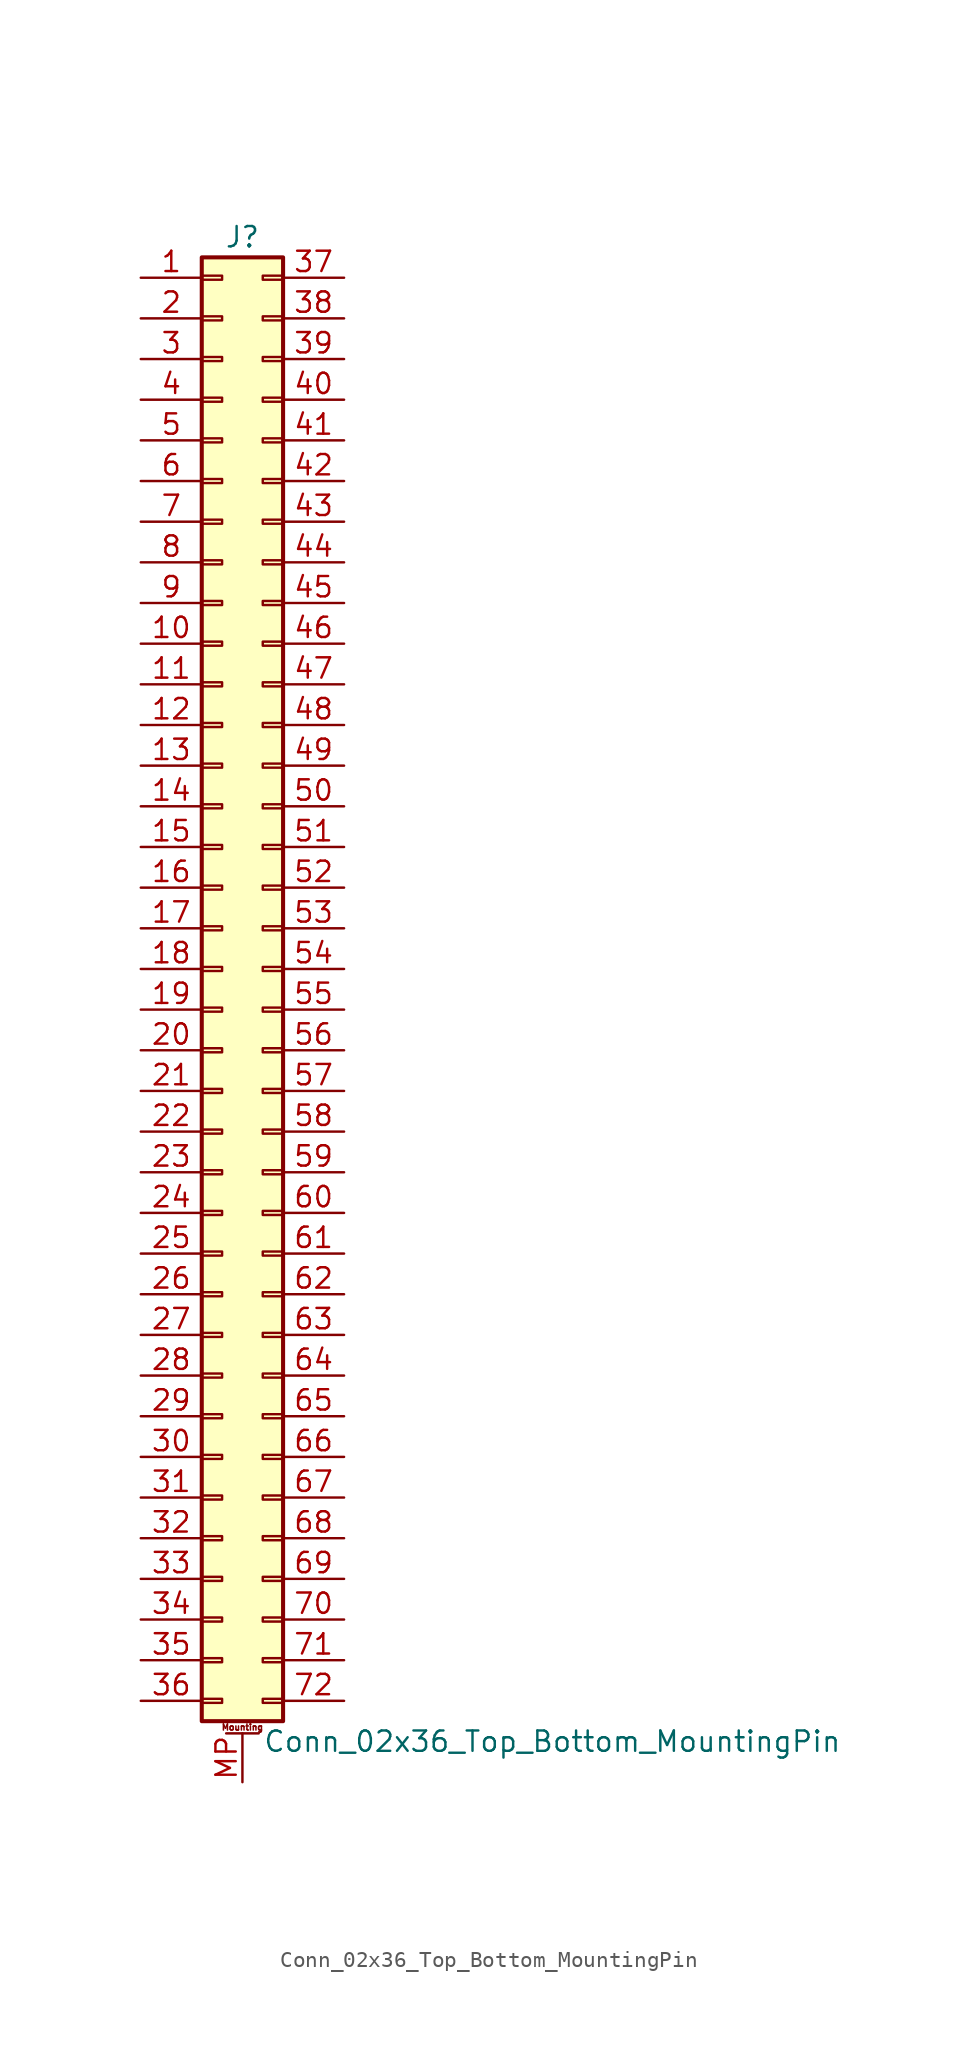
<source format=kicad_sym>
(kicad_symbol_lib
  (version 20201005)
  (generator kicad_symbol_editor)
  (symbol "Connector_Generic_MountingPin:Conn_02x36_Top_Bottom_MountingPin"
    (pin_names
      (offset 1.016) hide)
    (property "Reference" "J"
      (at 1.27 45.72 0)
      (effects (font (size 1.27 1.27))))
    (property "Value" "Conn_02x36_Top_Bottom_MountingPin"
      (at 2.54 -48.26 0)
      (effects (font (size 1.27 1.27)) (justify left)))
    (symbol "Conn_02x36_Top_Bottom_MountingPin_1_1"
      (text "Mounting" (at 1.27 -47.371 0) (effects (font (size 0.381 0.381))))
      (rectangle (start -1.27 -27.813) (end 0 -28.067) (stroke (width 0.152)) (fill (type none)))
      (rectangle (start -1.27 -30.353) (end 0 -30.607) (stroke (width 0.152)) (fill (type none)))
      (rectangle (start -1.27 -32.893) (end 0 -33.147) (stroke (width 0.152)) (fill (type none)))
      (rectangle (start -1.27 -35.433) (end 0 -35.687) (stroke (width 0.152)) (fill (type none)))
      (rectangle (start -1.27 -37.973) (end 0 -38.227) (stroke (width 0.152)) (fill (type none)))
      (rectangle (start -1.27 -40.513) (end 0 -40.767) (stroke (width 0.152)) (fill (type none)))
      (rectangle (start -1.27 -43.053) (end 0 -43.307) (stroke (width 0.152)) (fill (type none)))
      (rectangle (start -1.27 -45.593) (end 0 -45.847) (stroke (width 0.152)) (fill (type none)))
      (rectangle (start -1.27 -4.953) (end 0 -5.207) (stroke (width 0.152)) (fill (type none)))
      (rectangle (start -1.27 -7.493) (end 0 -7.747) (stroke (width 0.152)) (fill (type none)))
      (rectangle (start -1.27 -10.033) (end 0 -10.287) (stroke (width 0.152)) (fill (type none)))
      (rectangle (start -1.27 -12.573) (end 0 -12.827) (stroke (width 0.152)) (fill (type none)))
      (rectangle (start -1.27 -15.113) (end 0 -15.367) (stroke (width 0.152)) (fill (type none)))
      (rectangle (start -1.27 -17.653) (end 0 -17.907) (stroke (width 0.152)) (fill (type none)))
      (rectangle (start -1.27 -20.193) (end 0 -20.447) (stroke (width 0.152)) (fill (type none)))
      (rectangle (start -1.27 -22.733) (end 0 -22.987) (stroke (width 0.152)) (fill (type none)))
      (rectangle (start -1.27 -2.413) (end 0 -2.667) (stroke (width 0.152)) (fill (type none)))
      (rectangle (start -1.27 -25.273) (end 0 -25.527) (stroke (width 0.152)) (fill (type none)))
      (rectangle (start -1.27 25.527) (end 0 25.273) (stroke (width 0.152)) (fill (type none)))
      (rectangle (start -1.27 2.667) (end 0 2.413) (stroke (width 0.152)) (fill (type none)))
      (rectangle (start -1.27 28.067) (end 0 27.813) (stroke (width 0.152)) (fill (type none)))
      (rectangle (start -1.27 30.607) (end 0 30.353) (stroke (width 0.152)) (fill (type none)))
      (rectangle (start -1.27 33.147) (end 0 32.893) (stroke (width 0.152)) (fill (type none)))
      (rectangle (start -1.27 35.687) (end 0 35.433) (stroke (width 0.152)) (fill (type none)))
      (rectangle (start -1.27 38.227) (end 0 37.973) (stroke (width 0.152)) (fill (type none)))
      (rectangle (start -1.27 40.767) (end 0 40.513) (stroke (width 0.152)) (fill (type none)))
      (rectangle (start -1.27 43.307) (end 0 43.053) (stroke (width 0.152)) (fill (type none)))
      (rectangle (start -1.27 44.45) (end 3.81 -46.99) (stroke (width 0.254)) (fill (type background)))
      (rectangle (start -1.27 5.207) (end 0 4.953) (stroke (width 0.152)) (fill (type none)))
      (rectangle (start -1.27 7.747) (end 0 7.493) (stroke (width 0.152)) (fill (type none)))
      (rectangle (start -1.27 10.287) (end 0 10.033) (stroke (width 0.152)) (fill (type none)))
      (rectangle (start -1.27 0.127) (end 0 -0.127) (stroke (width 0.152)) (fill (type none)))
      (rectangle (start -1.27 12.827) (end 0 12.573) (stroke (width 0.152)) (fill (type none)))
      (rectangle (start -1.27 15.367) (end 0 15.113) (stroke (width 0.152)) (fill (type none)))
      (rectangle (start -1.27 17.907) (end 0 17.653) (stroke (width 0.152)) (fill (type none)))
      (rectangle (start -1.27 20.447) (end 0 20.193) (stroke (width 0.152)) (fill (type none)))
      (rectangle (start -1.27 22.987) (end 0 22.733) (stroke (width 0.152)) (fill (type none)))
      (rectangle (start 3.81 -27.813) (end 2.54 -28.067) (stroke (width 0.152)) (fill (type none)))
      (rectangle (start 3.81 -30.353) (end 2.54 -30.607) (stroke (width 0.152)) (fill (type none)))
      (rectangle (start 3.81 -32.893) (end 2.54 -33.147) (stroke (width 0.152)) (fill (type none)))
      (rectangle (start 3.81 -35.433) (end 2.54 -35.687) (stroke (width 0.152)) (fill (type none)))
      (rectangle (start 3.81 -37.973) (end 2.54 -38.227) (stroke (width 0.152)) (fill (type none)))
      (rectangle (start 3.81 -40.513) (end 2.54 -40.767) (stroke (width 0.152)) (fill (type none)))
      (rectangle (start 3.81 -43.053) (end 2.54 -43.307) (stroke (width 0.152)) (fill (type none)))
      (rectangle (start 3.81 -45.593) (end 2.54 -45.847) (stroke (width 0.152)) (fill (type none)))
      (rectangle (start 3.81 -4.953) (end 2.54 -5.207) (stroke (width 0.152)) (fill (type none)))
      (rectangle (start 3.81 -7.493) (end 2.54 -7.747) (stroke (width 0.152)) (fill (type none)))
      (rectangle (start 3.81 -10.033) (end 2.54 -10.287) (stroke (width 0.152)) (fill (type none)))
      (rectangle (start 3.81 -12.573) (end 2.54 -12.827) (stroke (width 0.152)) (fill (type none)))
      (rectangle (start 3.81 -15.113) (end 2.54 -15.367) (stroke (width 0.152)) (fill (type none)))
      (rectangle (start 3.81 -17.653) (end 2.54 -17.907) (stroke (width 0.152)) (fill (type none)))
      (rectangle (start 3.81 -20.193) (end 2.54 -20.447) (stroke (width 0.152)) (fill (type none)))
      (rectangle (start 3.81 -22.733) (end 2.54 -22.987) (stroke (width 0.152)) (fill (type none)))
      (rectangle (start 3.81 -2.413) (end 2.54 -2.667) (stroke (width 0.152)) (fill (type none)))
      (rectangle (start 3.81 -25.273) (end 2.54 -25.527) (stroke (width 0.152)) (fill (type none)))
      (rectangle (start 3.81 25.527) (end 2.54 25.273) (stroke (width 0.152)) (fill (type none)))
      (rectangle (start 3.81 2.667) (end 2.54 2.413) (stroke (width 0.152)) (fill (type none)))
      (rectangle (start 3.81 28.067) (end 2.54 27.813) (stroke (width 0.152)) (fill (type none)))
      (rectangle (start 3.81 30.607) (end 2.54 30.353) (stroke (width 0.152)) (fill (type none)))
      (rectangle (start 3.81 33.147) (end 2.54 32.893) (stroke (width 0.152)) (fill (type none)))
      (rectangle (start 3.81 35.687) (end 2.54 35.433) (stroke (width 0.152)) (fill (type none)))
      (rectangle (start 3.81 38.227) (end 2.54 37.973) (stroke (width 0.152)) (fill (type none)))
      (rectangle (start 3.81 40.767) (end 2.54 40.513) (stroke (width 0.152)) (fill (type none)))
      (rectangle (start 3.81 43.307) (end 2.54 43.053) (stroke (width 0.152)) (fill (type none)))
      (rectangle (start 3.81 5.207) (end 2.54 4.953) (stroke (width 0.152)) (fill (type none)))
      (rectangle (start 3.81 7.747) (end 2.54 7.493) (stroke (width 0.152)) (fill (type none)))
      (rectangle (start 3.81 10.287) (end 2.54 10.033) (stroke (width 0.152)) (fill (type none)))
      (rectangle (start 3.81 0.127) (end 2.54 -0.127) (stroke (width 0.152)) (fill (type none)))
      (rectangle (start 3.81 12.827) (end 2.54 12.573) (stroke (width 0.152)) (fill (type none)))
      (rectangle (start 3.81 15.367) (end 2.54 15.113) (stroke (width 0.152)) (fill (type none)))
      (rectangle (start 3.81 17.907) (end 2.54 17.653) (stroke (width 0.152)) (fill (type none)))
      (rectangle (start 3.81 20.447) (end 2.54 20.193) (stroke (width 0.152)) (fill (type none)))
      (rectangle (start 3.81 22.987) (end 2.54 22.733) (stroke (width 0.152)) (fill (type none)))
      (polyline (pts (xy 0.254 -47.752) (xy 2.286 -47.752)) (stroke (width 0.152)) (fill (type none)))
      (pin passive line (at 1.27 -50.8 90) (length 3.048) (name "MountPin" (effects (font (size 1.27 1.27)))) (number "MP" (effects (font (size 1.27 1.27)))))
      (pin passive line (at -5.08 43.18 0) (length 3.81) (name "Pin_1" (effects (font (size 1.27 1.27)))) (number "1" (effects (font (size 1.27 1.27)))))
      (pin passive line (at -5.08 20.32 0) (length 3.81) (name "Pin_10" (effects (font (size 1.27 1.27)))) (number "10" (effects (font (size 1.27 1.27)))))
      (pin passive line (at -5.08 17.78 0) (length 3.81) (name "Pin_11" (effects (font (size 1.27 1.27)))) (number "11" (effects (font (size 1.27 1.27)))))
      (pin passive line (at -5.08 15.24 0) (length 3.81) (name "Pin_12" (effects (font (size 1.27 1.27)))) (number "12" (effects (font (size 1.27 1.27)))))
      (pin passive line (at -5.08 12.7 0) (length 3.81) (name "Pin_13" (effects (font (size 1.27 1.27)))) (number "13" (effects (font (size 1.27 1.27)))))
      (pin passive line (at -5.08 10.16 0) (length 3.81) (name "Pin_14" (effects (font (size 1.27 1.27)))) (number "14" (effects (font (size 1.27 1.27)))))
      (pin passive line (at -5.08 7.62 0) (length 3.81) (name "Pin_15" (effects (font (size 1.27 1.27)))) (number "15" (effects (font (size 1.27 1.27)))))
      (pin passive line (at -5.08 5.08 0) (length 3.81) (name "Pin_16" (effects (font (size 1.27 1.27)))) (number "16" (effects (font (size 1.27 1.27)))))
      (pin passive line (at -5.08 2.54 0) (length 3.81) (name "Pin_17" (effects (font (size 1.27 1.27)))) (number "17" (effects (font (size 1.27 1.27)))))
      (pin passive line (at -5.08 0 0) (length 3.81) (name "Pin_18" (effects (font (size 1.27 1.27)))) (number "18" (effects (font (size 1.27 1.27)))))
      (pin passive line (at -5.08 -2.54 0) (length 3.81) (name "Pin_19" (effects (font (size 1.27 1.27)))) (number "19" (effects (font (size 1.27 1.27)))))
      (pin passive line (at -5.08 40.64 0) (length 3.81) (name "Pin_2" (effects (font (size 1.27 1.27)))) (number "2" (effects (font (size 1.27 1.27)))))
      (pin passive line (at -5.08 -5.08 0) (length 3.81) (name "Pin_20" (effects (font (size 1.27 1.27)))) (number "20" (effects (font (size 1.27 1.27)))))
      (pin passive line (at -5.08 -7.62 0) (length 3.81) (name "Pin_21" (effects (font (size 1.27 1.27)))) (number "21" (effects (font (size 1.27 1.27)))))
      (pin passive line (at -5.08 -10.16 0) (length 3.81) (name "Pin_22" (effects (font (size 1.27 1.27)))) (number "22" (effects (font (size 1.27 1.27)))))
      (pin passive line (at -5.08 -12.7 0) (length 3.81) (name "Pin_23" (effects (font (size 1.27 1.27)))) (number "23" (effects (font (size 1.27 1.27)))))
      (pin passive line (at -5.08 -15.24 0) (length 3.81) (name "Pin_24" (effects (font (size 1.27 1.27)))) (number "24" (effects (font (size 1.27 1.27)))))
      (pin passive line (at -5.08 -17.78 0) (length 3.81) (name "Pin_25" (effects (font (size 1.27 1.27)))) (number "25" (effects (font (size 1.27 1.27)))))
      (pin passive line (at -5.08 -20.32 0) (length 3.81) (name "Pin_26" (effects (font (size 1.27 1.27)))) (number "26" (effects (font (size 1.27 1.27)))))
      (pin passive line (at -5.08 -22.86 0) (length 3.81) (name "Pin_27" (effects (font (size 1.27 1.27)))) (number "27" (effects (font (size 1.27 1.27)))))
      (pin passive line (at -5.08 -25.4 0) (length 3.81) (name "Pin_28" (effects (font (size 1.27 1.27)))) (number "28" (effects (font (size 1.27 1.27)))))
      (pin passive line (at -5.08 -27.94 0) (length 3.81) (name "Pin_29" (effects (font (size 1.27 1.27)))) (number "29" (effects (font (size 1.27 1.27)))))
      (pin passive line (at -5.08 38.1 0) (length 3.81) (name "Pin_3" (effects (font (size 1.27 1.27)))) (number "3" (effects (font (size 1.27 1.27)))))
      (pin passive line (at -5.08 -30.48 0) (length 3.81) (name "Pin_30" (effects (font (size 1.27 1.27)))) (number "30" (effects (font (size 1.27 1.27)))))
      (pin passive line (at -5.08 -33.02 0) (length 3.81) (name "Pin_31" (effects (font (size 1.27 1.27)))) (number "31" (effects (font (size 1.27 1.27)))))
      (pin passive line (at -5.08 -35.56 0) (length 3.81) (name "Pin_32" (effects (font (size 1.27 1.27)))) (number "32" (effects (font (size 1.27 1.27)))))
      (pin passive line (at -5.08 -38.1 0) (length 3.81) (name "Pin_33" (effects (font (size 1.27 1.27)))) (number "33" (effects (font (size 1.27 1.27)))))
      (pin passive line (at -5.08 -40.64 0) (length 3.81) (name "Pin_34" (effects (font (size 1.27 1.27)))) (number "34" (effects (font (size 1.27 1.27)))))
      (pin passive line (at -5.08 -43.18 0) (length 3.81) (name "Pin_35" (effects (font (size 1.27 1.27)))) (number "35" (effects (font (size 1.27 1.27)))))
      (pin passive line (at -5.08 -45.72 0) (length 3.81) (name "Pin_36" (effects (font (size 1.27 1.27)))) (number "36" (effects (font (size 1.27 1.27)))))
      (pin passive line (at 7.62 43.18 180) (length 3.81) (name "Pin_37" (effects (font (size 1.27 1.27)))) (number "37" (effects (font (size 1.27 1.27)))))
      (pin passive line (at 7.62 40.64 180) (length 3.81) (name "Pin_38" (effects (font (size 1.27 1.27)))) (number "38" (effects (font (size 1.27 1.27)))))
      (pin passive line (at 7.62 38.1 180) (length 3.81) (name "Pin_39" (effects (font (size 1.27 1.27)))) (number "39" (effects (font (size 1.27 1.27)))))
      (pin passive line (at -5.08 35.56 0) (length 3.81) (name "Pin_4" (effects (font (size 1.27 1.27)))) (number "4" (effects (font (size 1.27 1.27)))))
      (pin passive line (at 7.62 35.56 180) (length 3.81) (name "Pin_40" (effects (font (size 1.27 1.27)))) (number "40" (effects (font (size 1.27 1.27)))))
      (pin passive line (at 7.62 33.02 180) (length 3.81) (name "Pin_41" (effects (font (size 1.27 1.27)))) (number "41" (effects (font (size 1.27 1.27)))))
      (pin passive line (at 7.62 30.48 180) (length 3.81) (name "Pin_42" (effects (font (size 1.27 1.27)))) (number "42" (effects (font (size 1.27 1.27)))))
      (pin passive line (at 7.62 27.94 180) (length 3.81) (name "Pin_43" (effects (font (size 1.27 1.27)))) (number "43" (effects (font (size 1.27 1.27)))))
      (pin passive line (at 7.62 25.4 180) (length 3.81) (name "Pin_44" (effects (font (size 1.27 1.27)))) (number "44" (effects (font (size 1.27 1.27)))))
      (pin passive line (at 7.62 22.86 180) (length 3.81) (name "Pin_45" (effects (font (size 1.27 1.27)))) (number "45" (effects (font (size 1.27 1.27)))))
      (pin passive line (at 7.62 20.32 180) (length 3.81) (name "Pin_46" (effects (font (size 1.27 1.27)))) (number "46" (effects (font (size 1.27 1.27)))))
      (pin passive line (at 7.62 17.78 180) (length 3.81) (name "Pin_47" (effects (font (size 1.27 1.27)))) (number "47" (effects (font (size 1.27 1.27)))))
      (pin passive line (at 7.62 15.24 180) (length 3.81) (name "Pin_48" (effects (font (size 1.27 1.27)))) (number "48" (effects (font (size 1.27 1.27)))))
      (pin passive line (at 7.62 12.7 180) (length 3.81) (name "Pin_49" (effects (font (size 1.27 1.27)))) (number "49" (effects (font (size 1.27 1.27)))))
      (pin passive line (at -5.08 33.02 0) (length 3.81) (name "Pin_5" (effects (font (size 1.27 1.27)))) (number "5" (effects (font (size 1.27 1.27)))))
      (pin passive line (at 7.62 10.16 180) (length 3.81) (name "Pin_50" (effects (font (size 1.27 1.27)))) (number "50" (effects (font (size 1.27 1.27)))))
      (pin passive line (at 7.62 7.62 180) (length 3.81) (name "Pin_51" (effects (font (size 1.27 1.27)))) (number "51" (effects (font (size 1.27 1.27)))))
      (pin passive line (at 7.62 5.08 180) (length 3.81) (name "Pin_52" (effects (font (size 1.27 1.27)))) (number "52" (effects (font (size 1.27 1.27)))))
      (pin passive line (at 7.62 2.54 180) (length 3.81) (name "Pin_53" (effects (font (size 1.27 1.27)))) (number "53" (effects (font (size 1.27 1.27)))))
      (pin passive line (at 7.62 0 180) (length 3.81) (name "Pin_54" (effects (font (size 1.27 1.27)))) (number "54" (effects (font (size 1.27 1.27)))))
      (pin passive line (at 7.62 -2.54 180) (length 3.81) (name "Pin_55" (effects (font (size 1.27 1.27)))) (number "55" (effects (font (size 1.27 1.27)))))
      (pin passive line (at 7.62 -5.08 180) (length 3.81) (name "Pin_56" (effects (font (size 1.27 1.27)))) (number "56" (effects (font (size 1.27 1.27)))))
      (pin passive line (at 7.62 -7.62 180) (length 3.81) (name "Pin_57" (effects (font (size 1.27 1.27)))) (number "57" (effects (font (size 1.27 1.27)))))
      (pin passive line (at 7.62 -10.16 180) (length 3.81) (name "Pin_58" (effects (font (size 1.27 1.27)))) (number "58" (effects (font (size 1.27 1.27)))))
      (pin passive line (at 7.62 -12.7 180) (length 3.81) (name "Pin_59" (effects (font (size 1.27 1.27)))) (number "59" (effects (font (size 1.27 1.27)))))
      (pin passive line (at -5.08 30.48 0) (length 3.81) (name "Pin_6" (effects (font (size 1.27 1.27)))) (number "6" (effects (font (size 1.27 1.27)))))
      (pin passive line (at 7.62 -15.24 180) (length 3.81) (name "Pin_60" (effects (font (size 1.27 1.27)))) (number "60" (effects (font (size 1.27 1.27)))))
      (pin passive line (at 7.62 -17.78 180) (length 3.81) (name "Pin_61" (effects (font (size 1.27 1.27)))) (number "61" (effects (font (size 1.27 1.27)))))
      (pin passive line (at 7.62 -20.32 180) (length 3.81) (name "Pin_62" (effects (font (size 1.27 1.27)))) (number "62" (effects (font (size 1.27 1.27)))))
      (pin passive line (at 7.62 -22.86 180) (length 3.81) (name "Pin_63" (effects (font (size 1.27 1.27)))) (number "63" (effects (font (size 1.27 1.27)))))
      (pin passive line (at 7.62 -25.4 180) (length 3.81) (name "Pin_64" (effects (font (size 1.27 1.27)))) (number "64" (effects (font (size 1.27 1.27)))))
      (pin passive line (at 7.62 -27.94 180) (length 3.81) (name "Pin_65" (effects (font (size 1.27 1.27)))) (number "65" (effects (font (size 1.27 1.27)))))
      (pin passive line (at 7.62 -30.48 180) (length 3.81) (name "Pin_66" (effects (font (size 1.27 1.27)))) (number "66" (effects (font (size 1.27 1.27)))))
      (pin passive line (at 7.62 -33.02 180) (length 3.81) (name "Pin_67" (effects (font (size 1.27 1.27)))) (number "67" (effects (font (size 1.27 1.27)))))
      (pin passive line (at 7.62 -35.56 180) (length 3.81) (name "Pin_68" (effects (font (size 1.27 1.27)))) (number "68" (effects (font (size 1.27 1.27)))))
      (pin passive line (at 7.62 -38.1 180) (length 3.81) (name "Pin_69" (effects (font (size 1.27 1.27)))) (number "69" (effects (font (size 1.27 1.27)))))
      (pin passive line (at -5.08 27.94 0) (length 3.81) (name "Pin_7" (effects (font (size 1.27 1.27)))) (number "7" (effects (font (size 1.27 1.27)))))
      (pin passive line (at 7.62 -40.64 180) (length 3.81) (name "Pin_70" (effects (font (size 1.27 1.27)))) (number "70" (effects (font (size 1.27 1.27)))))
      (pin passive line (at 7.62 -43.18 180) (length 3.81) (name "Pin_71" (effects (font (size 1.27 1.27)))) (number "71" (effects (font (size 1.27 1.27)))))
      (pin passive line (at 7.62 -45.72 180) (length 3.81) (name "Pin_72" (effects (font (size 1.27 1.27)))) (number "72" (effects (font (size 1.27 1.27)))))
      (pin passive line (at -5.08 25.4 0) (length 3.81) (name "Pin_8" (effects (font (size 1.27 1.27)))) (number "8" (effects (font (size 1.27 1.27)))))
      (pin passive line (at -5.08 22.86 0) (length 3.81) (name "Pin_9" (effects (font (size 1.27 1.27)))) (number "9" (effects (font (size 1.27 1.27))))))))
</source>
